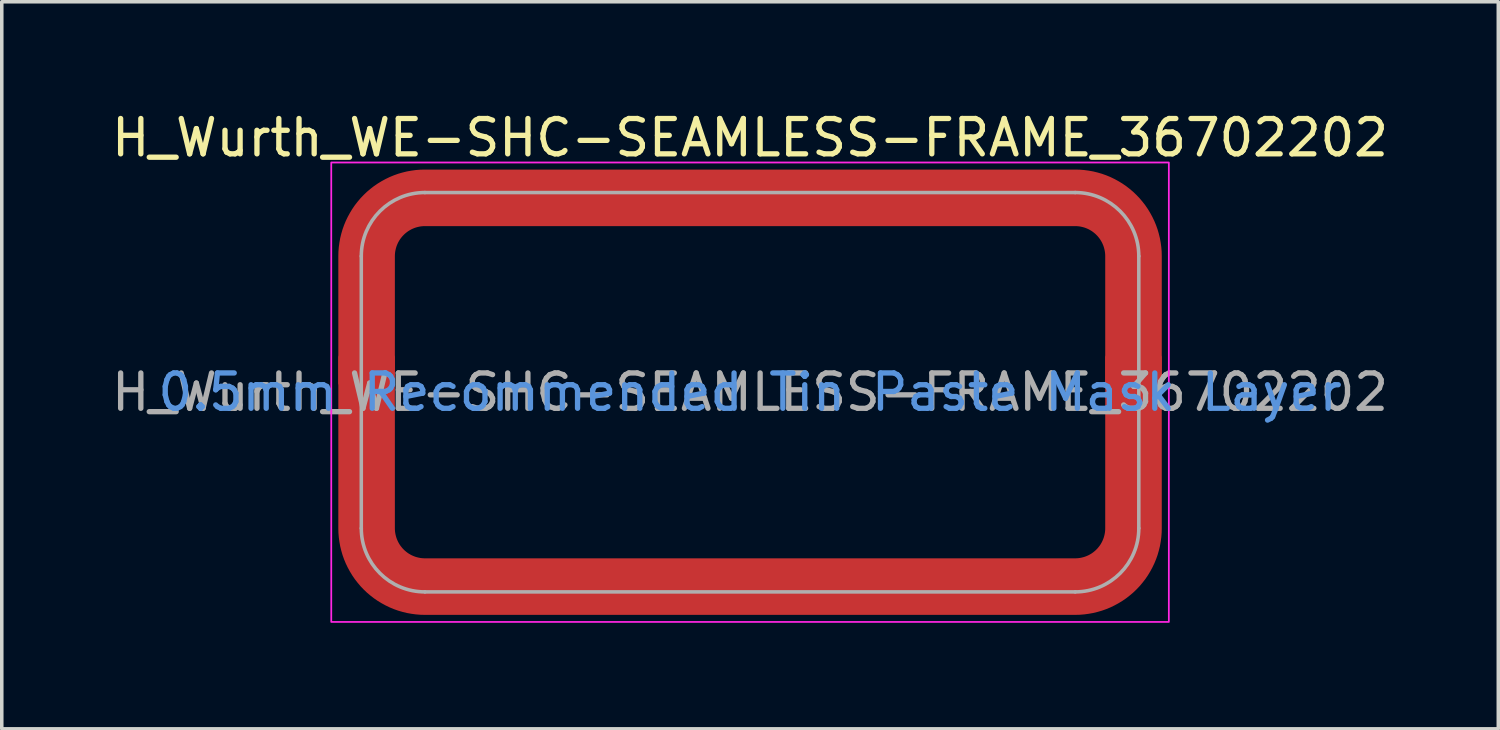
<source format=kicad_pcb>
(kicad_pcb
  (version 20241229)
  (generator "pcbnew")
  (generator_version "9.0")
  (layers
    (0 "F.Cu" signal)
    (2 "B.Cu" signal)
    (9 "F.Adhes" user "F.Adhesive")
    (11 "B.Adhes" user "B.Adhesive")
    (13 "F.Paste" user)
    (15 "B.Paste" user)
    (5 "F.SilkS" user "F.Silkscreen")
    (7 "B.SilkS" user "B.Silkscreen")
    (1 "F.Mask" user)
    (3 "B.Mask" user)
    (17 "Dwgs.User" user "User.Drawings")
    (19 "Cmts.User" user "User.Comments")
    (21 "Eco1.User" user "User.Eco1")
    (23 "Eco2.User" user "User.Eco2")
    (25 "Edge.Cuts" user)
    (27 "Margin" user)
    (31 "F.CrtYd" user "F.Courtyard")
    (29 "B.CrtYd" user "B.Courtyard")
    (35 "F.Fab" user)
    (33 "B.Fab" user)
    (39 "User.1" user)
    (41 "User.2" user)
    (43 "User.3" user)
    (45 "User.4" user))
  (footprint "H_Wurth_WE-SHC-SEAMLESS-FRAME_36702202"
    (layer "F.Cu")
    (at 18.173 8.048)
    (property "Reference" "H_Wurth_WE-SHC-SEAMLESS-FRAME_36702202" (at 0 -7.2 0) (unlocked yes) (layer "F.SilkS") (effects (font (size 1 1) (thickness 0.15))))
    (attr smd)
    (fp_poly (pts (xy -10.1 -0.25) (xy -11.6 -0.25) (xy -11.6 -3.85) (xy -11.597 -3.976) (xy -11.587 -4.101) (xy -11.57 -4.225) (xy -11.548 -4.349) (xy -11.518 -4.471) (xy -11.483 -4.592) (xy -11.441 -4.71) (xy -11.393 -4.826) (xy -11.338 -4.94) (xy -11.278 -5.05) (xy -11.213 -5.157) (xy -11.142 -5.261) (xy -11.065 -5.36) (xy -10.984 -5.456) (xy -10.897 -5.547) (xy -10.806 -5.634) (xy -10.71 -5.715) (xy -10.611 -5.792) (xy -10.507 -5.863) (xy -10.4 -5.928) (xy -10.29 -5.988) (xy -10.176 -6.043) (xy -10.06 -6.091) (xy -9.942 -6.133) (xy -9.821 -6.168) (xy -9.699 -6.198) (xy -9.575 -6.22) (xy -9.451 -6.237) (xy -9.326 -6.247) (xy -9.2 -6.25) (xy 9.2 -6.25) (xy 9.326 -6.247) (xy 9.451 -6.237) (xy 9.575 -6.22) (xy 9.699 -6.198) (xy 9.821 -6.168) (xy 9.942 -6.133) (xy 10.06 -6.091) (xy 10.176 -6.043) (xy 10.29 -5.988) (xy 10.4 -5.928) (xy 10.507 -5.863) (xy 10.611 -5.792) (xy 10.71 -5.715) (xy 10.806 -5.634) (xy 10.897 -5.547) (xy 10.984 -5.456) (xy 11.065 -5.36) (xy 11.142 -5.261) (xy 11.213 -5.157) (xy 11.278 -5.05) (xy 11.338 -4.94) (xy 11.393 -4.826) (xy 11.441 -4.71) (xy 11.483 -4.592) (xy 11.518 -4.471) (xy 11.548 -4.349) (xy 11.57 -4.225) (xy 11.587 -4.101) (xy 11.597 -3.976) (xy 11.6 -3.85) (xy 11.6 -0.25) (xy 10.1 -0.25) (xy 10.1 -3.85) (xy 10.099 -3.897) (xy 10.095 -3.944) (xy 10.089 -3.991) (xy 10.08 -4.037) (xy 10.069 -4.083) (xy 10.056 -4.128) (xy 10.04 -4.173) (xy 10.022 -4.216) (xy 10.002 -4.259) (xy 9.979 -4.3) (xy 9.955 -4.34) (xy 9.928 -4.379) (xy 9.899 -4.416) (xy 9.869 -4.452) (xy 9.836 -4.486) (xy 9.802 -4.519) (xy 9.766 -4.549) (xy 9.729 -4.578) (xy 9.69 -4.605) (xy 9.65 -4.629) (xy 9.609 -4.652) (xy 9.566 -4.672) (xy 9.523 -4.69) (xy 9.478 -4.706) (xy 9.433 -4.719) (xy 9.387 -4.73) (xy 9.341 -4.739) (xy 9.294 -4.745) (xy 9.247 -4.749) (xy 9.2 -4.75) (xy -9.2 -4.75) (xy -9.247 -4.749) (xy -9.294 -4.745) (xy -9.341 -4.739) (xy -9.387 -4.73) (xy -9.433 -4.719) (xy -9.478 -4.706) (xy -9.523 -4.69) (xy -9.566 -4.672) (xy -9.609 -4.652) (xy -9.65 -4.629) (xy -9.69 -4.605) (xy -9.729 -4.578) (xy -9.766 -4.549) (xy -9.802 -4.519) (xy -9.836 -4.486) (xy -9.869 -4.452) (xy -9.899 -4.416) (xy -9.928 -4.379) (xy -9.955 -4.34) (xy -9.979 -4.3) (xy -10.002 -4.259) (xy -10.022 -4.216) (xy -10.04 -4.173) (xy -10.056 -4.128) (xy -10.069 -4.083) (xy -10.08 -4.037) (xy -10.089 -3.991) (xy -10.095 -3.944) (xy -10.099 -3.897) (xy -10.1 -3.85) (xy -10.1 -0.25)) (stroke (width 0.1) (type solid)) (fill yes) (layer "F.Cu"))
    (fp_poly (pts (xy -10.1 -0.25) (xy -11.6 -0.25) (xy -11.6 -3.85) (xy -11.597 -3.976) (xy -11.587 -4.101) (xy -11.57 -4.225) (xy -11.548 -4.349) (xy -11.518 -4.471) (xy -11.483 -4.592) (xy -11.441 -4.71) (xy -11.393 -4.826) (xy -11.338 -4.94) (xy -11.278 -5.05) (xy -11.213 -5.157) (xy -11.142 -5.261) (xy -11.065 -5.36) (xy -10.984 -5.456) (xy -10.897 -5.547) (xy -10.806 -5.634) (xy -10.71 -5.715) (xy -10.611 -5.792) (xy -10.507 -5.863) (xy -10.4 -5.928) (xy -10.29 -5.988) (xy -10.176 -6.043) (xy -10.06 -6.091) (xy -9.942 -6.133) (xy -9.821 -6.168) (xy -9.699 -6.198) (xy -9.575 -6.22) (xy -9.451 -6.237) (xy -9.326 -6.247) (xy -9.2 -6.25) (xy 9.2 -6.25) (xy 9.326 -6.247) (xy 9.451 -6.237) (xy 9.575 -6.22) (xy 9.699 -6.198) (xy 9.821 -6.168) (xy 9.942 -6.133) (xy 10.06 -6.091) (xy 10.176 -6.043) (xy 10.29 -5.988) (xy 10.4 -5.928) (xy 10.507 -5.863) (xy 10.611 -5.792) (xy 10.71 -5.715) (xy 10.806 -5.634) (xy 10.897 -5.547) (xy 10.984 -5.456) (xy 11.065 -5.36) (xy 11.142 -5.261) (xy 11.213 -5.157) (xy 11.278 -5.05) (xy 11.338 -4.94) (xy 11.393 -4.826) (xy 11.441 -4.71) (xy 11.483 -4.592) (xy 11.518 -4.471) (xy 11.548 -4.349) (xy 11.57 -4.225) (xy 11.587 -4.101) (xy 11.597 -3.976) (xy 11.6 -3.85) (xy 11.6 -0.25) (xy 10.1 -0.25) (xy 10.1 -3.85) (xy 10.099 -3.897) (xy 10.095 -3.944) (xy 10.089 -3.991) (xy 10.08 -4.037) (xy 10.069 -4.083) (xy 10.056 -4.128) (xy 10.04 -4.173) (xy 10.022 -4.216) (xy 10.002 -4.259) (xy 9.979 -4.3) (xy 9.955 -4.34) (xy 9.928 -4.379) (xy 9.899 -4.416) (xy 9.869 -4.452) (xy 9.836 -4.486) (xy 9.802 -4.519) (xy 9.766 -4.549) (xy 9.729 -4.578) (xy 9.69 -4.605) (xy 9.65 -4.629) (xy 9.609 -4.652) (xy 9.566 -4.672) (xy 9.523 -4.69) (xy 9.478 -4.706) (xy 9.433 -4.719) (xy 9.387 -4.73) (xy 9.341 -4.739) (xy 9.294 -4.745) (xy 9.247 -4.749) (xy 9.2 -4.75) (xy -9.2 -4.75) (xy -9.247 -4.749) (xy -9.294 -4.745) (xy -9.341 -4.739) (xy -9.387 -4.73) (xy -9.433 -4.719) (xy -9.478 -4.706) (xy -9.523 -4.69) (xy -9.566 -4.672) (xy -9.609 -4.652) (xy -9.65 -4.629) (xy -9.69 -4.605) (xy -9.729 -4.578) (xy -9.766 -4.549) (xy -9.802 -4.519) (xy -9.836 -4.486) (xy -9.869 -4.452) (xy -9.899 -4.416) (xy -9.928 -4.379) (xy -9.955 -4.34) (xy -9.979 -4.3) (xy -10.002 -4.259) (xy -10.022 -4.216) (xy -10.04 -4.173) (xy -10.056 -4.128) (xy -10.069 -4.083) (xy -10.08 -4.037) (xy -10.089 -3.991) (xy -10.095 -3.944) (xy -10.099 -3.897) (xy -10.1 -3.85) (xy -10.1 -0.25)) (stroke (width 0.1) (type solid)) (fill yes) (layer "F.Mask"))
    (fp_poly (pts (xy -10.1 -0.25) (xy -11.6 -0.25) (xy -11.6 -3.85) (xy -11.597 -3.976) (xy -11.587 -4.101) (xy -11.57 -4.225) (xy -11.548 -4.349) (xy -11.518 -4.471) (xy -11.483 -4.592) (xy -11.441 -4.71) (xy -11.393 -4.826) (xy -11.338 -4.94) (xy -11.278 -5.05) (xy -11.213 -5.157) (xy -11.142 -5.261) (xy -11.065 -5.36) (xy -10.984 -5.456) (xy -10.897 -5.547) (xy -10.806 -5.634) (xy -10.71 -5.715) (xy -10.611 -5.792) (xy -10.507 -5.863) (xy -10.4 -5.928) (xy -10.29 -5.988) (xy -10.176 -6.043) (xy -10.06 -6.091) (xy -9.942 -6.133) (xy -9.821 -6.168) (xy -9.699 -6.198) (xy -9.575 -6.22) (xy -9.451 -6.237) (xy -9.326 -6.247) (xy -9.2 -6.25) (xy 9.2 -6.25) (xy 9.326 -6.247) (xy 9.451 -6.237) (xy 9.575 -6.22) (xy 9.699 -6.198) (xy 9.821 -6.168) (xy 9.942 -6.133) (xy 10.06 -6.091) (xy 10.176 -6.043) (xy 10.29 -5.988) (xy 10.4 -5.928) (xy 10.507 -5.863) (xy 10.611 -5.792) (xy 10.71 -5.715) (xy 10.806 -5.634) (xy 10.897 -5.547) (xy 10.984 -5.456) (xy 11.065 -5.36) (xy 11.142 -5.261) (xy 11.213 -5.157) (xy 11.278 -5.05) (xy 11.338 -4.94) (xy 11.393 -4.826) (xy 11.441 -4.71) (xy 11.483 -4.592) (xy 11.518 -4.471) (xy 11.548 -4.349) (xy 11.57 -4.225) (xy 11.587 -4.101) (xy 11.597 -3.976) (xy 11.6 -3.85) (xy 11.6 -0.25) (xy 10.1 -0.25) (xy 10.1 -3.85) (xy 10.099 -3.897) (xy 10.095 -3.944) (xy 10.089 -3.991) (xy 10.08 -4.037) (xy 10.069 -4.083) (xy 10.056 -4.128) (xy 10.04 -4.173) (xy 10.022 -4.216) (xy 10.002 -4.259) (xy 9.979 -4.3) (xy 9.955 -4.34) (xy 9.928 -4.379) (xy 9.899 -4.416) (xy 9.869 -4.452) (xy 9.836 -4.486) (xy 9.802 -4.519) (xy 9.766 -4.549) (xy 9.729 -4.578) (xy 9.69 -4.605) (xy 9.65 -4.629) (xy 9.609 -4.652) (xy 9.566 -4.672) (xy 9.523 -4.69) (xy 9.478 -4.706) (xy 9.433 -4.719) (xy 9.387 -4.73) (xy 9.341 -4.739) (xy 9.294 -4.745) (xy 9.247 -4.749) (xy 9.2 -4.75) (xy -9.2 -4.75) (xy -9.247 -4.749) (xy -9.294 -4.745) (xy -9.341 -4.739) (xy -9.387 -4.73) (xy -9.433 -4.719) (xy -9.478 -4.706) (xy -9.523 -4.69) (xy -9.566 -4.672) (xy -9.609 -4.652) (xy -9.65 -4.629) (xy -9.69 -4.605) (xy -9.729 -4.578) (xy -9.766 -4.549) (xy -9.802 -4.519) (xy -9.836 -4.486) (xy -9.869 -4.452) (xy -9.899 -4.416) (xy -9.928 -4.379) (xy -9.955 -4.34) (xy -9.979 -4.3) (xy -10.002 -4.259) (xy -10.022 -4.216) (xy -10.04 -4.173) (xy -10.056 -4.128) (xy -10.069 -4.083) (xy -10.08 -4.037) (xy -10.089 -3.991) (xy -10.095 -3.944) (xy -10.099 -3.897) (xy -10.1 -3.85) (xy -10.1 -0.25)) (stroke (width 0.1) (type solid)) (fill yes) (layer "F.Paste"))
    (fp_rect (start -11.85 -6.5) (end 11.85 6.5) (stroke (width 0.05) (type solid)) (fill no) (layer "F.CrtYd"))
    (fp_line (start -11 3.85) (end -11 -3.85) (stroke (width 0.1) (type solid)) (layer "F.Fab"))
    (fp_line (start -9.2 -5.65) (end 9.2 -5.65) (stroke (width 0.1) (type solid)) (layer "F.Fab"))
    (fp_line (start -9.2 5.65) (end 9.2 5.65) (stroke (width 0.1) (type solid)) (layer "F.Fab"))
    (fp_line (start 11 3.85) (end 11 -3.85) (stroke (width 0.1) (type solid)) (layer "F.Fab"))
    (fp_arc (start -11 -3.85) (mid -10.472792 -5.122792) (end -9.2 -5.65) (stroke (width 0.1) (type solid)) (layer "F.Fab"))
    (fp_arc (start -9.2 5.65) (mid -10.472792 5.122792) (end -11 3.85) (stroke (width 0.1) (type solid)) (layer "F.Fab"))
    (fp_arc (start 9.2 -5.65) (mid 10.472792 -5.122792) (end 11 -3.85) (stroke (width 0.1) (type solid)) (layer "F.Fab"))
    (fp_arc (start 11 3.85) (mid 10.472792 5.122792) (end 9.2 5.65) (stroke (width 0.1) (type solid)) (layer "F.Fab"))
    (fp_text user "0.5mm Recommended Tin Paste Mask Layer" (at 0 0 0) (unlocked yes) (layer "Cmts.User") (effects (font (size 1 1) (thickness 0.15))))
    (fp_text user "${REFERENCE}" (at 0 0 0) (unlocked yes) (layer "F.Fab") (effects (font (size 1 1) (thickness 0.15))))
    (pad "1" smd custom (at 10.85 0) (size 1.5 0.1) (layers "F.Cu" "F.Mask" "F.Paste") (options (anchor rect)) (primitives (gr_poly (pts (xy -0.75 -1) (xy 0.75 -1) (xy 0.75 3.85) (xy 0.747 3.976) (xy 0.737 4.101) (xy 0.72 4.225) (xy 0.698 4.349) (xy 0.668 4.471) (xy 0.633 4.592) (xy 0.591 4.71) (xy 0.543 4.826) (xy 0.488 4.94) (xy 0.428 5.05) (xy 0.363 5.157) (xy 0.292 5.261) (xy 0.215 5.36) (xy 0.134 5.456) (xy 0.047 5.547) (xy -0.044 5.634) (xy -0.14 5.715) (xy -0.239 5.792) (xy -0.343 5.863) (xy -0.45 5.928) (xy -0.56 5.988) (xy -0.674 6.043) (xy -0.79 6.091) (xy -0.908 6.133) (xy -1.029 6.168) (xy -1.151 6.198) (xy -1.275 6.22) (xy -1.399 6.237) (xy -1.524 6.247) (xy -1.65 6.25) (xy -20.05 6.25) (xy -20.176 6.247) (xy -20.301 6.237) (xy -20.425 6.22) (xy -20.549 6.198) (xy -20.671 6.168) (xy -20.792 6.133) (xy -20.91 6.091) (xy -21.026 6.043) (xy -21.14 5.988) (xy -21.25 5.928) (xy -21.357 5.863) (xy -21.461 5.792) (xy -21.56 5.715) (xy -21.656 5.634) (xy -21.747 5.547) (xy -21.834 5.456) (xy -21.915 5.36) (xy -21.992 5.261) (xy -22.063 5.157) (xy -22.128 5.05) (xy -22.188 4.94) (xy -22.243 4.826) (xy -22.291 4.71) (xy -22.333 4.592) (xy -22.368 4.471) (xy -22.398 4.349) (xy -22.42 4.225) (xy -22.437 4.101) (xy -22.447 3.976) (xy -22.45 3.85) (xy -22.45 -1) (xy -20.95 -1) (xy -20.95 3.85) (xy -20.949 3.897) (xy -20.945 3.944) (xy -20.939 3.991) (xy -20.93 4.037) (xy -20.919 4.083) (xy -20.906 4.128) (xy -20.89 4.173) (xy -20.872 4.216) (xy -20.852 4.259) (xy -20.829 4.3) (xy -20.805 4.34) (xy -20.778 4.379) (xy -20.749 4.416) (xy -20.719 4.452) (xy -20.686 4.486) (xy -20.652 4.519) (xy -20.616 4.549) (xy -20.579 4.578) (xy -20.54 4.605) (xy -20.5 4.629) (xy -20.459 4.652) (xy -20.416 4.672) (xy -20.373 4.69) (xy -20.328 4.706) (xy -20.283 4.719) (xy -20.237 4.73) (xy -20.191 4.739) (xy -20.144 4.745) (xy -20.097 4.749) (xy -20.05 4.75) (xy -1.65 4.75) (xy -1.603 4.749) (xy -1.556 4.745) (xy -1.509 4.739) (xy -1.463 4.73) (xy -1.417 4.719) (xy -1.372 4.706) (xy -1.327 4.69) (xy -1.284 4.672) (xy -1.241 4.652) (xy -1.2 4.629) (xy -1.16 4.605) (xy -1.121 4.578) (xy -1.084 4.549) (xy -1.048 4.519) (xy -1.014 4.486) (xy -0.981 4.452) (xy -0.951 4.416) (xy -0.922 4.379) (xy -0.895 4.34) (xy -0.871 4.3) (xy -0.848 4.259) (xy -0.828 4.216) (xy -0.81 4.173) (xy -0.794 4.128) (xy -0.781 4.083) (xy -0.77 4.037) (xy -0.761 3.991) (xy -0.755 3.944) (xy -0.751 3.897) (xy -0.75 3.85) (xy -0.75 -1)) (width 0.1) (fill yes)))))
  (gr_rect
    (start -3 -3)
    (end 39.345 17.573)
    (stroke (width 0.1) (type default))
    (fill no)
    (layer "Edge.Cuts")))
</source>
